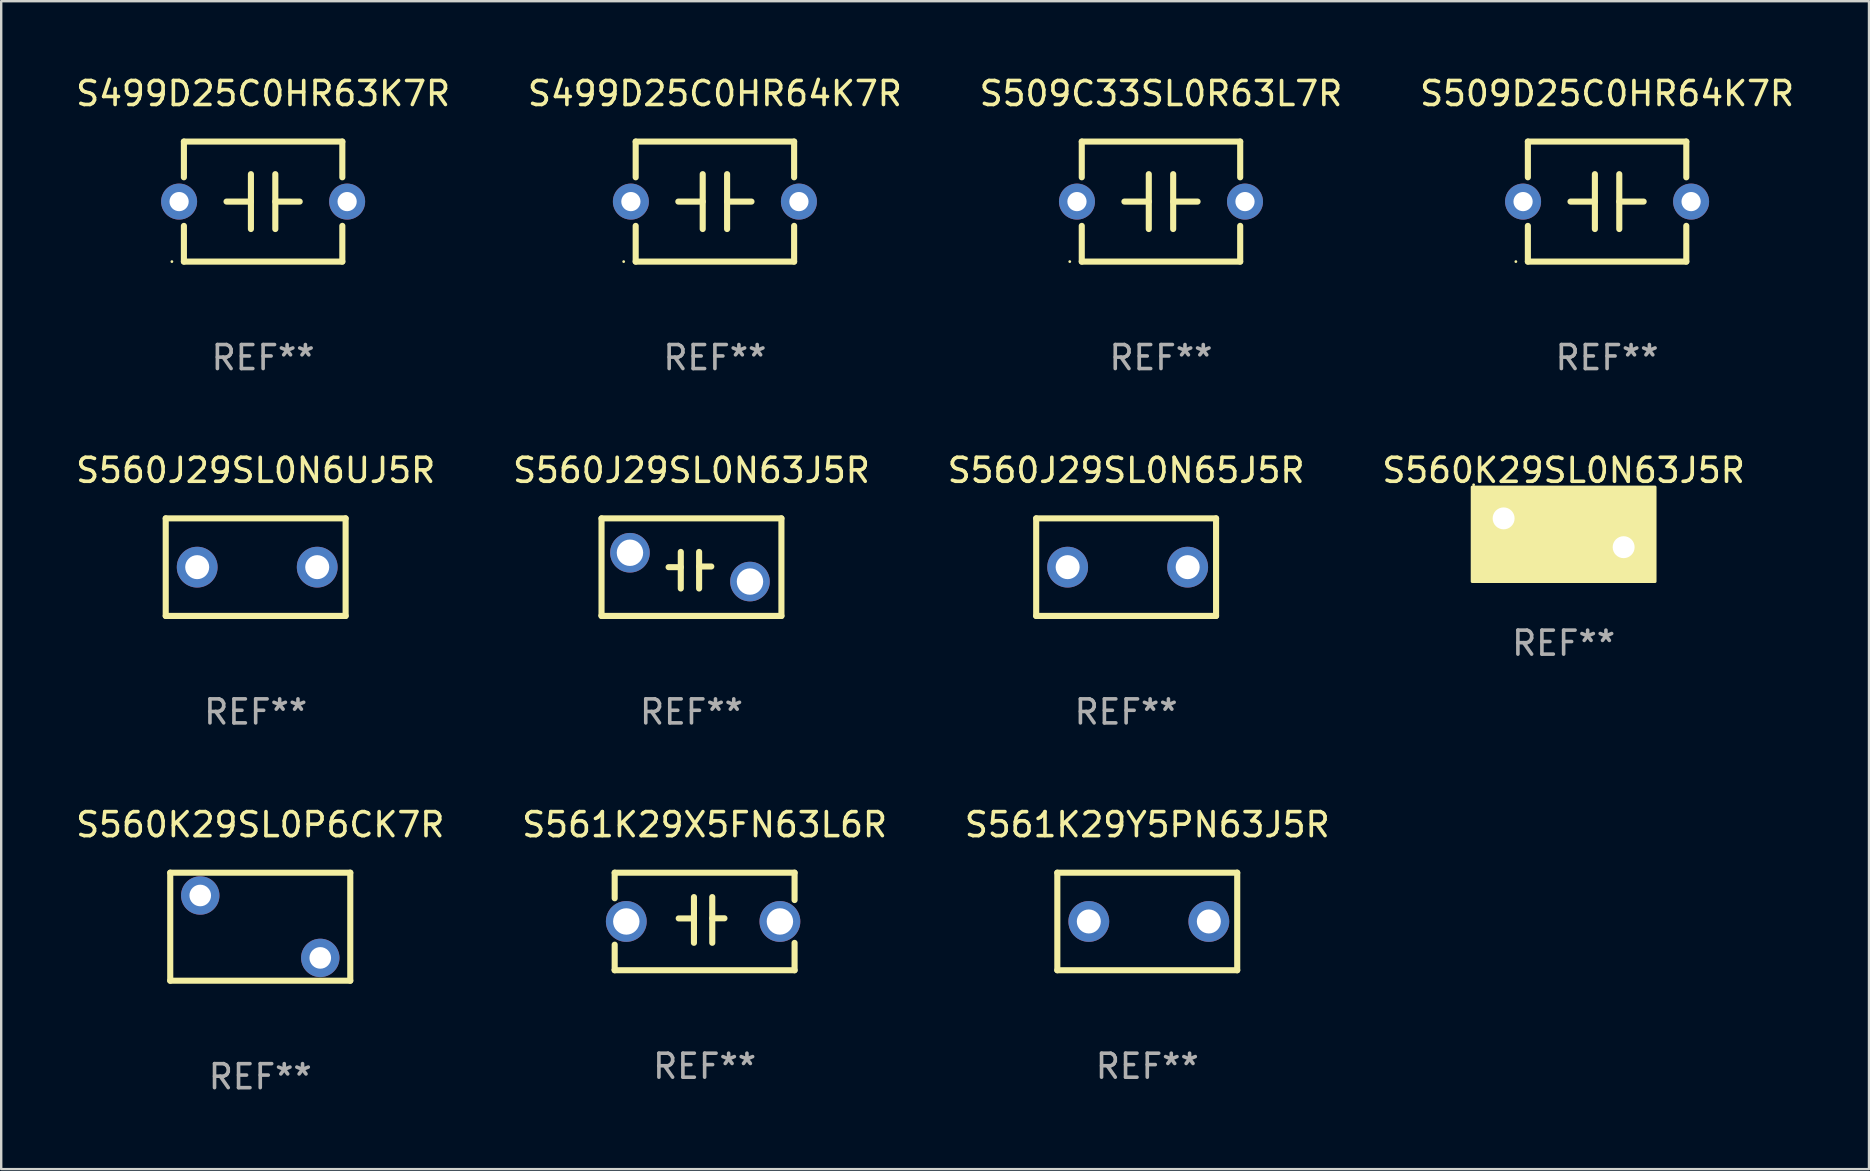
<source format=kicad_pcb>
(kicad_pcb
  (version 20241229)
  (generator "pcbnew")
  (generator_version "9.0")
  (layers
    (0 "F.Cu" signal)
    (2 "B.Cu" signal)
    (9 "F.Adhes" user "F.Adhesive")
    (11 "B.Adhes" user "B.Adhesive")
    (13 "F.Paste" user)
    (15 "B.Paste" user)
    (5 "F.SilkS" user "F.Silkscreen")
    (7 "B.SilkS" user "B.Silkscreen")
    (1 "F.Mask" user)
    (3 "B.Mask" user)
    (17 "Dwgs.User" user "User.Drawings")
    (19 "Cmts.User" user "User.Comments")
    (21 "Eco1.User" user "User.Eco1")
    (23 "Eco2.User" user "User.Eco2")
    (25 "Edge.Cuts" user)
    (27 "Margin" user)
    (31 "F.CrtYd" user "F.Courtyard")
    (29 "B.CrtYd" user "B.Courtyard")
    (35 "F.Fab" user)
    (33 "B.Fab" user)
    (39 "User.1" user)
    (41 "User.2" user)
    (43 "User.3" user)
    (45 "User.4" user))
  (footprint "S561K29Y5PN63J5R"
    (layer "F.Cu")
    (at 44.744 35.337)
    (property "Reference" "S561K29Y5PN63J5R" (at 0 -4.032 0) (layer "F.SilkS") (effects (font (size 1 1) (thickness 0.15))))
    (attr through_hole)
    (fp_line (start -3.747 -2.032) (end -3.747 2.032) (stroke (width 0.254) (type solid)) (layer "F.SilkS"))
    (fp_line (start -3.747 2.032) (end 3.747 2.032) (stroke (width 0.254) (type solid)) (layer "F.SilkS"))
    (fp_line (start 3.747 -2.032) (end -3.747 -2.032) (stroke (width 0.254) (type solid)) (layer "F.SilkS"))
    (fp_line (start 3.747 2.032) (end 3.747 -2.032) (stroke (width 0.254) (type solid)) (layer "F.SilkS"))
    (fp_circle (center -3.687 2) (end -3.657 2) (stroke (width 0.06) (type solid)) (fill no) (layer "F.SilkS"))
    (fp_text user "REF**" (at 0 6.032 0) (layer "F.Fab") (effects (font (size 1 1) (thickness 0.15))))
    (pad "1" thru_hole circle (at -2.436 0) (size 1.7 1.7) (drill 1) (layers "*.Cu" "*.Mask"))
    (pad "2" thru_hole circle (at 2.564 0) (size 1.7 1.7) (drill 1) (layers "*.Cu" "*.Mask")))
  (footprint "S499D25C0HR63K7R"
    (layer "F.Cu")
    (at 7.911 5.348)
    (property "Reference" "S499D25C0HR63K7R" (at 0 -4.5 0) (layer "F.SilkS") (effects (font (size 1 1) (thickness 0.15))))
    (attr through_hole)
    (fp_line (start -3.3 -2.5) (end -3.3 -1.012) (stroke (width 0.254) (type solid)) (layer "F.SilkS"))
    (fp_line (start -3.3 -2.5) (end 3.3 -2.5) (stroke (width 0.254) (type solid)) (layer "F.SilkS"))
    (fp_line (start -3.3 1.012) (end -3.3 2.5) (stroke (width 0.254) (type solid)) (layer "F.SilkS"))
    (fp_line (start -0.508 0.000025) (end -1.524 0.000025) (stroke (width 0.254) (type solid)) (layer "F.SilkS"))
    (fp_line (start -0.508 1.143) (end -0.508 -1.143) (stroke (width 0.254) (type solid)) (layer "F.SilkS"))
    (fp_line (start 0.508 -1.143) (end 0.508 1.143) (stroke (width 0.254) (type solid)) (layer "F.SilkS"))
    (fp_line (start 0.508 -0.000025) (end 1.524 -0.000025) (stroke (width 0.254) (type solid)) (layer "F.SilkS"))
    (fp_line (start 3.3 -2.5) (end 3.3 -1.011) (stroke (width 0.254) (type solid)) (layer "F.SilkS"))
    (fp_line (start 3.3 1.011) (end 3.3 2.5) (stroke (width 0.254) (type solid)) (layer "F.SilkS"))
    (fp_line (start 3.3 2.5) (end -3.3 2.5) (stroke (width 0.254) (type solid)) (layer "F.SilkS"))
    (fp_circle (center -3.8 2.5) (end -3.77 2.5) (stroke (width 0.06) (type solid)) (fill no) (layer "F.SilkS"))
    (fp_text user "REF**" (at 0 6.5 0) (layer "F.Fab") (effects (font (size 1 1) (thickness 0.15))))
    (pad "1" thru_hole circle (at -3.5 0) (size 1.5 1.5) (drill 0.8) (layers "*.Cu" "*.Mask"))
    (pad "2" thru_hole circle (at 3.5 0) (size 1.5 1.5) (drill 0.8) (layers "*.Cu" "*.Mask")))
  (footprint "S499D25C0HR64K7R"
    (layer "F.Cu")
    (at 26.732 5.348)
    (property "Reference" "S499D25C0HR64K7R" (at 0 -4.5 0) (layer "F.SilkS") (effects (font (size 1 1) (thickness 0.15))))
    (attr through_hole)
    (fp_line (start -3.3 -2.5) (end -3.3 -1.012) (stroke (width 0.254) (type solid)) (layer "F.SilkS"))
    (fp_line (start -3.3 -2.5) (end 3.3 -2.5) (stroke (width 0.254) (type solid)) (layer "F.SilkS"))
    (fp_line (start -3.3 1.012) (end -3.3 2.5) (stroke (width 0.254) (type solid)) (layer "F.SilkS"))
    (fp_line (start -0.508 0.000025) (end -1.524 0.000025) (stroke (width 0.254) (type solid)) (layer "F.SilkS"))
    (fp_line (start -0.508 1.143) (end -0.508 -1.143) (stroke (width 0.254) (type solid)) (layer "F.SilkS"))
    (fp_line (start 0.508 -1.143) (end 0.508 1.143) (stroke (width 0.254) (type solid)) (layer "F.SilkS"))
    (fp_line (start 0.508 -0.000025) (end 1.524 -0.000025) (stroke (width 0.254) (type solid)) (layer "F.SilkS"))
    (fp_line (start 3.3 -2.5) (end 3.3 -1.011) (stroke (width 0.254) (type solid)) (layer "F.SilkS"))
    (fp_line (start 3.3 1.011) (end 3.3 2.5) (stroke (width 0.254) (type solid)) (layer "F.SilkS"))
    (fp_line (start 3.3 2.5) (end -3.3 2.5) (stroke (width 0.254) (type solid)) (layer "F.SilkS"))
    (fp_circle (center -3.8 2.5) (end -3.77 2.5) (stroke (width 0.06) (type solid)) (fill no) (layer "F.SilkS"))
    (fp_text user "REF**" (at 0 6.5 0) (layer "F.Fab") (effects (font (size 1 1) (thickness 0.15))))
    (pad "1" thru_hole circle (at -3.5 0) (size 1.5 1.5) (drill 0.8) (layers "*.Cu" "*.Mask"))
    (pad "2" thru_hole circle (at 3.5 0) (size 1.5 1.5) (drill 0.8) (layers "*.Cu" "*.Mask")))
  (footprint "S560J29SL0N65J5R"
    (layer "F.Cu")
    (at 43.863 20.577)
    (property "Reference" "S560J29SL0N65J5R" (at 0 -4.032 0) (layer "F.SilkS") (effects (font (size 1 1) (thickness 0.15))))
    (attr through_hole)
    (fp_line (start -3.747 -2.032) (end -3.747 2.032) (stroke (width 0.254) (type solid)) (layer "F.SilkS"))
    (fp_line (start -3.747 2.032) (end 3.747 2.032) (stroke (width 0.254) (type solid)) (layer "F.SilkS"))
    (fp_line (start 3.747 -2.032) (end -3.747 -2.032) (stroke (width 0.254) (type solid)) (layer "F.SilkS"))
    (fp_line (start 3.747 2.032) (end 3.747 -2.032) (stroke (width 0.254) (type solid)) (layer "F.SilkS"))
    (fp_circle (center -3.687 2) (end -3.657 2) (stroke (width 0.06) (type solid)) (fill no) (layer "F.SilkS"))
    (fp_text user "REF**" (at 0 6.032 0) (layer "F.Fab") (effects (font (size 1 1) (thickness 0.15))))
    (pad "1" thru_hole circle (at -2.436 0) (size 1.7 1.7) (drill 1) (layers "*.Cu" "*.Mask"))
    (pad "2" thru_hole circle (at 2.564 0) (size 1.7 1.7) (drill 1) (layers "*.Cu" "*.Mask")))
  (footprint "S560K29SL0N63J5R"
    (layer "F.Cu")
    (at 62.089 19.145)
    (property "Reference" "S560K29SL0N63J5R" (at 0 -2.6 0) (layer "F.SilkS") (effects (font (size 1 1) (thickness 0.15))))
    (attr through_hole)
    (fp_circle (center -3.75 -2) (end -3.72 -2) (stroke (width 0.06) (type solid)) (fill no) (layer "F.SilkS"))
    (fp_poly (pts (xy -3.81 -1.905) (xy 3.81 -1.905) (xy 3.81 2.032) (xy -3.81 2.032)) (stroke (width 0.12) (type solid)) (fill yes) (layer "F.SilkS"))
    (fp_text user "REF**" (at 0 4.6 0) (layer "F.Fab") (effects (font (size 1 1) (thickness 0.15))))
    (pad "1" thru_hole circle (at -2.5 -0.6) (size 1.524 1.524) (drill 0.914) (layers "*.Cu" "*.Mask"))
    (pad "2" thru_hole circle (at 2.5 0.6) (size 1.524 1.524) (drill 0.914) (layers "*.Cu" "*.Mask")))
  (footprint "S560J29SL0N6UJ5R"
    (layer "F.Cu")
    (at 7.601 20.577)
    (property "Reference" "S560J29SL0N6UJ5R" (at 0 -4.032 0) (layer "F.SilkS") (effects (font (size 1 1) (thickness 0.15))))
    (attr through_hole)
    (fp_line (start -3.747 -2.032) (end -3.747 2.032) (stroke (width 0.254) (type solid)) (layer "F.SilkS"))
    (fp_line (start -3.747 2.032) (end 3.747 2.032) (stroke (width 0.254) (type solid)) (layer "F.SilkS"))
    (fp_line (start 3.747 -2.032) (end -3.747 -2.032) (stroke (width 0.254) (type solid)) (layer "F.SilkS"))
    (fp_line (start 3.747 2.032) (end 3.747 -2.032) (stroke (width 0.254) (type solid)) (layer "F.SilkS"))
    (fp_circle (center -3.687 2) (end -3.657 2) (stroke (width 0.06) (type solid)) (fill no) (layer "F.SilkS"))
    (fp_text user "REF**" (at 0 6.032 0) (layer "F.Fab") (effects (font (size 1 1) (thickness 0.15))))
    (pad "1" thru_hole circle (at -2.436 0) (size 1.7 1.7) (drill 1) (layers "*.Cu" "*.Mask"))
    (pad "2" thru_hole circle (at 2.564 0) (size 1.7 1.7) (drill 1) (layers "*.Cu" "*.Mask")))
  (footprint "S560K29SL0P6CK7R"
    (layer "F.Cu")
    (at 7.792 35.555)
    (property "Reference" "S560K29SL0P6CK7R" (at 0 -4.25 0) (layer "F.SilkS") (effects (font (size 1 1) (thickness 0.15))))
    (attr through_hole)
    (fp_line (start -3.75 -2.25) (end -3.75 2.25) (stroke (width 0.254) (type solid)) (layer "F.SilkS"))
    (fp_line (start -3.75 -2.25) (end 3.75 -2.25) (stroke (width 0.254) (type solid)) (layer "F.SilkS"))
    (fp_line (start 3.75 -2.25) (end 3.75 2.25) (stroke (width 0.254) (type solid)) (layer "F.SilkS"))
    (fp_line (start 3.75 2.25) (end -3.75 2.25) (stroke (width 0.254) (type solid)) (layer "F.SilkS"))
    (fp_circle (center -3.75 2.25) (end -3.72 2.25) (stroke (width 0.06) (type solid)) (fill no) (layer "F.SilkS"))
    (fp_text user "REF**" (at 0 6.25 0) (layer "F.Fab") (effects (font (size 1 1) (thickness 0.15))))
    (pad "1" thru_hole circle (at -2.5 -1.3) (size 1.6 1.6) (drill 0.9) (layers "*.Cu" "*.Mask"))
    (pad "2" thru_hole circle (at 2.5 1.3) (size 1.6 1.6) (drill 0.9) (layers "*.Cu" "*.Mask")))
  (footprint "S509D25C0HR64K7R"
    (layer "F.Cu")
    (at 63.899 5.348)
    (property "Reference" "S509D25C0HR64K7R" (at 0 -4.5 0) (layer "F.SilkS") (effects (font (size 1 1) (thickness 0.15))))
    (attr through_hole)
    (fp_line (start -3.3 -2.5) (end -3.3 -1.012) (stroke (width 0.254) (type solid)) (layer "F.SilkS"))
    (fp_line (start -3.3 -2.5) (end 3.3 -2.5) (stroke (width 0.254) (type solid)) (layer "F.SilkS"))
    (fp_line (start -3.3 1.012) (end -3.3 2.5) (stroke (width 0.254) (type solid)) (layer "F.SilkS"))
    (fp_line (start -0.508 0.000025) (end -1.524 0.000025) (stroke (width 0.254) (type solid)) (layer "F.SilkS"))
    (fp_line (start -0.508 1.143) (end -0.508 -1.143) (stroke (width 0.254) (type solid)) (layer "F.SilkS"))
    (fp_line (start 0.508 -1.143) (end 0.508 1.143) (stroke (width 0.254) (type solid)) (layer "F.SilkS"))
    (fp_line (start 0.508 -0.000025) (end 1.524 -0.000025) (stroke (width 0.254) (type solid)) (layer "F.SilkS"))
    (fp_line (start 3.3 -2.5) (end 3.3 -1.011) (stroke (width 0.254) (type solid)) (layer "F.SilkS"))
    (fp_line (start 3.3 1.011) (end 3.3 2.5) (stroke (width 0.254) (type solid)) (layer "F.SilkS"))
    (fp_line (start 3.3 2.5) (end -3.3 2.5) (stroke (width 0.254) (type solid)) (layer "F.SilkS"))
    (fp_circle (center -3.8 2.5) (end -3.77 2.5) (stroke (width 0.06) (type solid)) (fill no) (layer "F.SilkS"))
    (fp_text user "REF**" (at 0 6.5 0) (layer "F.Fab") (effects (font (size 1 1) (thickness 0.15))))
    (pad "1" thru_hole circle (at -3.5 0) (size 1.5 1.5) (drill 0.8) (layers "*.Cu" "*.Mask"))
    (pad "2" thru_hole circle (at 3.5 0) (size 1.5 1.5) (drill 0.8) (layers "*.Cu" "*.Mask")))
  (footprint "S560J29SL0N63J5R"
    (layer "F.Cu")
    (at 25.756 20.577)
    (property "Reference" "S560J29SL0N63J5R" (at 0 -4.032 0) (layer "F.SilkS") (effects (font (size 1 1) (thickness 0.15))))
    (attr through_hole)
    (fp_line (start -3.747 -2.032) (end -3.747 2.032) (stroke (width 0.254) (type solid)) (layer "F.SilkS"))
    (fp_line (start -3.747 2.032) (end 3.747 2.032) (stroke (width 0.254) (type solid)) (layer "F.SilkS"))
    (fp_line (start -0.953 0) (end -0.445 0) (stroke (width 0.254) (type solid)) (layer "F.SilkS"))
    (fp_line (start -0.445 -0.635) (end -0.445 0.889) (stroke (width 0.254) (type solid)) (layer "F.SilkS"))
    (fp_line (start 0.318 -0.635) (end 0.318 0.889) (stroke (width 0.254) (type solid)) (layer "F.SilkS"))
    (fp_line (start 0.318 -0.028) (end 0.826 -0.028) (stroke (width 0.254) (type solid)) (layer "F.SilkS"))
    (fp_line (start 3.747 -2.032) (end -3.747 -2.032) (stroke (width 0.254) (type solid)) (layer "F.SilkS"))
    (fp_line (start 3.747 2.032) (end 3.747 -2.032) (stroke (width 0.254) (type solid)) (layer "F.SilkS"))
    (fp_circle (center -3.814 2) (end -3.784 2) (stroke (width 0.06) (type solid)) (fill no) (layer "F.SilkS"))
    (fp_text user "REF**" (at 0 6.032 0) (layer "F.Fab") (effects (font (size 1 1) (thickness 0.15))))
    (pad "1" thru_hole circle (at -2.563 -0.6) (size 1.65 1.65) (drill 1.1) (layers "*.Cu" "*.Mask"))
    (pad "2" thru_hole circle (at 2.437 0.6) (size 1.65 1.65) (drill 1.1) (layers "*.Cu" "*.Mask")))
  (footprint "S509C33SL0R63L7R"
    (layer "F.Cu")
    (at 45.315 5.348)
    (property "Reference" "S509C33SL0R63L7R" (at 0 -4.5 0) (layer "F.SilkS") (effects (font (size 1 1) (thickness 0.15))))
    (attr through_hole)
    (fp_line (start -3.3 -2.5) (end -3.3 -1.012) (stroke (width 0.254) (type solid)) (layer "F.SilkS"))
    (fp_line (start -3.3 -2.5) (end 3.3 -2.5) (stroke (width 0.254) (type solid)) (layer "F.SilkS"))
    (fp_line (start -3.3 1.012) (end -3.3 2.5) (stroke (width 0.254) (type solid)) (layer "F.SilkS"))
    (fp_line (start -0.508 0.000025) (end -1.524 0.000025) (stroke (width 0.254) (type solid)) (layer "F.SilkS"))
    (fp_line (start -0.508 1.143) (end -0.508 -1.143) (stroke (width 0.254) (type solid)) (layer "F.SilkS"))
    (fp_line (start 0.508 -1.143) (end 0.508 1.143) (stroke (width 0.254) (type solid)) (layer "F.SilkS"))
    (fp_line (start 0.508 -0.000025) (end 1.524 -0.000025) (stroke (width 0.254) (type solid)) (layer "F.SilkS"))
    (fp_line (start 3.3 -2.5) (end 3.3 -1.011) (stroke (width 0.254) (type solid)) (layer "F.SilkS"))
    (fp_line (start 3.3 1.011) (end 3.3 2.5) (stroke (width 0.254) (type solid)) (layer "F.SilkS"))
    (fp_line (start 3.3 2.5) (end -3.3 2.5) (stroke (width 0.254) (type solid)) (layer "F.SilkS"))
    (fp_circle (center -3.8 2.5) (end -3.77 2.5) (stroke (width 0.06) (type solid)) (fill no) (layer "F.SilkS"))
    (fp_text user "REF**" (at 0 6.5 0) (layer "F.Fab") (effects (font (size 1 1) (thickness 0.15))))
    (pad "1" thru_hole circle (at -3.5 0) (size 1.5 1.5) (drill 0.8) (layers "*.Cu" "*.Mask"))
    (pad "2" thru_hole circle (at 3.5 0) (size 1.5 1.5) (drill 0.8) (layers "*.Cu" "*.Mask")))
  (footprint "S561K29X5FN63L6R"
    (layer "F.Cu")
    (at 26.304 35.337)
    (property "Reference" "S561K29X5FN63L6R" (at 0 -4.032 0) (layer "F.SilkS") (effects (font (size 1 1) (thickness 0.15))))
    (attr through_hole)
    (fp_line (start -3.747 -2.032) (end -3.747 -0.967) (stroke (width 0.254) (type solid)) (layer "F.SilkS"))
    (fp_line (start -3.747 0.967) (end -3.747 2.032) (stroke (width 0.254) (type solid)) (layer "F.SilkS"))
    (fp_line (start -3.747 2.032) (end 3.747 2.032) (stroke (width 0.254) (type solid)) (layer "F.SilkS"))
    (fp_line (start -1.08 -0.127) (end -0.445 -0.127) (stroke (width 0.254) (type solid)) (layer "F.SilkS"))
    (fp_line (start -0.445 -1.016) (end -0.445 0.889) (stroke (width 0.254) (type solid)) (layer "F.SilkS"))
    (fp_line (start 0.318 -1.016) (end 0.318 0.889) (stroke (width 0.254) (type solid)) (layer "F.SilkS"))
    (fp_line (start 0.318 -0.132) (end 0.826 -0.132) (stroke (width 0.254) (type solid)) (layer "F.SilkS"))
    (fp_line (start 3.747 -2.032) (end -3.747 -2.032) (stroke (width 0.254) (type solid)) (layer "F.SilkS"))
    (fp_line (start 3.747 -0.892) (end 3.747 -2.032) (stroke (width 0.254) (type solid)) (layer "F.SilkS"))
    (fp_line (start 3.747 2.032) (end 3.747 0.892) (stroke (width 0.254) (type solid)) (layer "F.SilkS"))
    (fp_circle (center -3.814 2) (end -3.784 2) (stroke (width 0.06) (type solid)) (fill no) (layer "F.SilkS"))
    (fp_text user "REF**" (at 0 6.032 0) (layer "F.Fab") (effects (font (size 1 1) (thickness 0.15))))
    (pad "1" thru_hole circle (at -3.263 0) (size 1.7 1.7) (drill 1.1) (layers "*.Cu" "*.Mask"))
    (pad "2" thru_hole circle (at 3.136 0) (size 1.7 1.7) (drill 1.1) (layers "*.Cu" "*.Mask")))
  (gr_rect
    (start -3 -3)
    (end 74.81 45.654)
    (stroke (width 0.1) (type default))
    (fill no)
    (layer "Edge.Cuts")))
</source>
